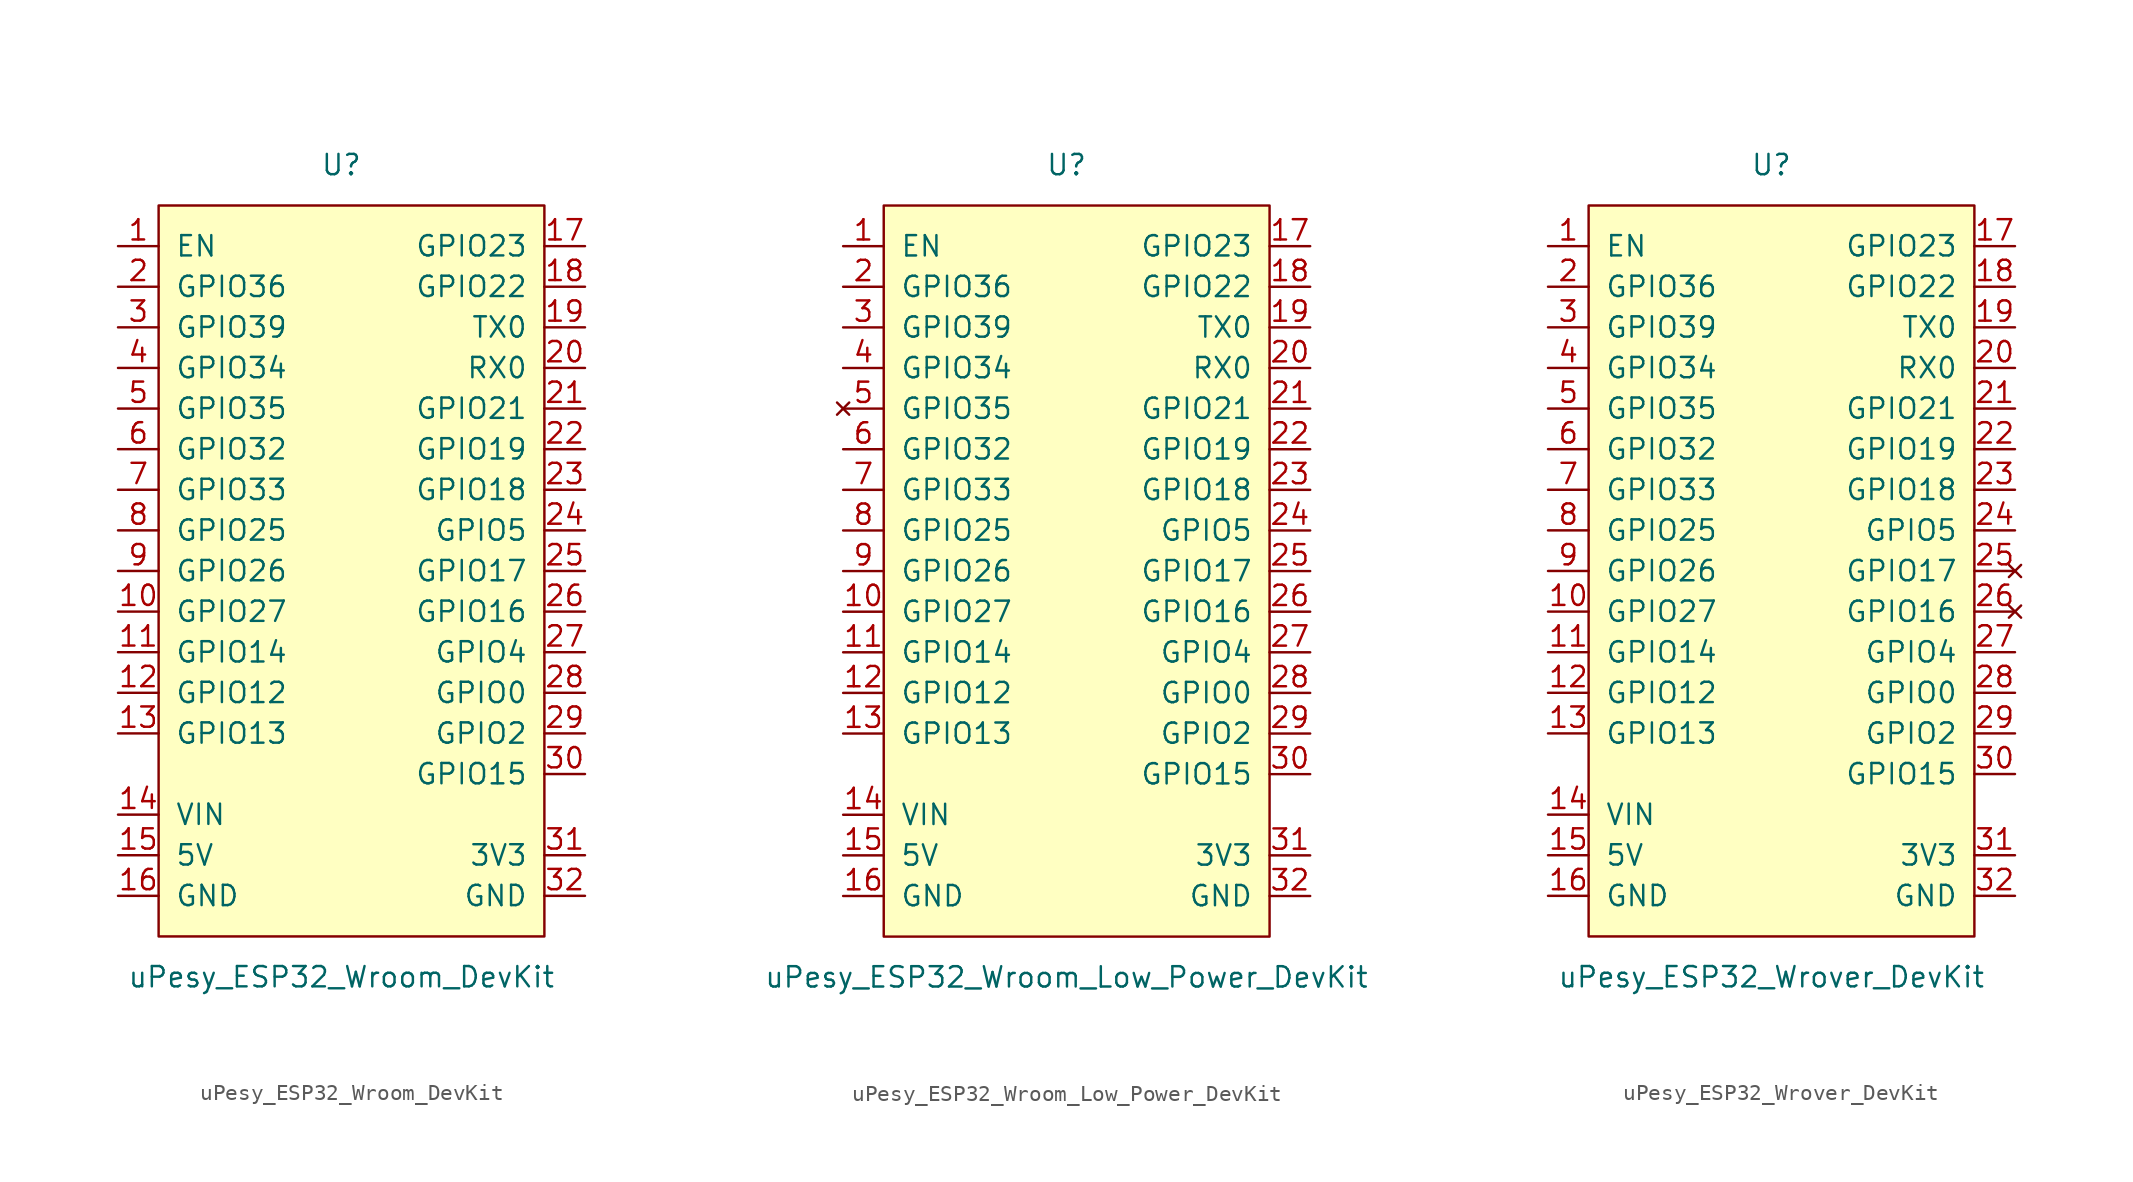
<source format=kicad_sym>
(kicad_symbol_lib
  (version 20211014)
  (generator kicad_symbol_editor)
  (symbol "uPesy_ESP32_Wroom_DevKit"
    (pin_names
      (offset 1.016))
    (property "Reference" "U"
      (at 0 26.67 0)
      (effects (font (size 1.27 1.27))))
    (property "Value" "uPesy_ESP32_Wroom_DevKit"
      (at 0 -24.13 0)
      (effects (font (size 1.27 1.27))))
    (symbol "uPesy_ESP32_Wroom_DevKit_0_0"
      (pin bidirectional line (at -13.97 -1.27 0) (length 2.54) (name "GPIO27" (effects (font (size 1.27 1.27)))) (number "10" (effects (font (size 1.27 1.27)))))
      (pin bidirectional line (at -13.97 -3.81 0) (length 2.54) (name "GPIO14" (effects (font (size 1.27 1.27)))) (number "11" (effects (font (size 1.27 1.27)))))
      (pin bidirectional line (at -13.97 -6.35 0) (length 2.54) (name "GPIO12" (effects (font (size 1.27 1.27)))) (number "12" (effects (font (size 1.27 1.27)))))
      (pin bidirectional line (at -13.97 -8.89 0) (length 2.54) (name "GPIO13" (effects (font (size 1.27 1.27)))) (number "13" (effects (font (size 1.27 1.27)))))
      (pin power_out line (at -13.97 -16.51 0) (length 2.54) (name "5V" (effects (font (size 1.27 1.27)))) (number "15" (effects (font (size 1.27 1.27)))))
      (pin power_out line (at -13.97 -19.05 0) (length 2.54) (name "GND" (effects (font (size 1.27 1.27)))) (number "16" (effects (font (size 1.27 1.27)))))
      (pin bidirectional line (at 15.24 21.59 180) (length 2.54) (name "GPIO23" (effects (font (size 1.27 1.27)))) (number "17" (effects (font (size 1.27 1.27)))))
      (pin bidirectional line (at 15.24 19.05 180) (length 2.54) (name "GPIO22" (effects (font (size 1.27 1.27)))) (number "18" (effects (font (size 1.27 1.27)))))
      (pin bidirectional line (at 15.24 16.51 180) (length 2.54) (name "TX0" (effects (font (size 1.27 1.27)))) (number "19" (effects (font (size 1.27 1.27)))))
      (pin bidirectional line (at 15.24 13.97 180) (length 2.54) (name "RX0" (effects (font (size 1.27 1.27)))) (number "20" (effects (font (size 1.27 1.27)))))
      (pin bidirectional line (at 15.24 11.43 180) (length 2.54) (name "GPIO21" (effects (font (size 1.27 1.27)))) (number "21" (effects (font (size 1.27 1.27)))))
      (pin bidirectional line (at 15.24 8.89 180) (length 2.54) (name "GPIO19" (effects (font (size 1.27 1.27)))) (number "22" (effects (font (size 1.27 1.27)))))
      (pin bidirectional line (at 15.24 6.35 180) (length 2.54) (name "GPIO18" (effects (font (size 1.27 1.27)))) (number "23" (effects (font (size 1.27 1.27)))))
      (pin bidirectional line (at 15.24 3.81 180) (length 2.54) (name "GPIO5" (effects (font (size 1.27 1.27)))) (number "24" (effects (font (size 1.27 1.27)))))
      (pin bidirectional line (at 15.24 1.27 180) (length 2.54) (name "GPIO17" (effects (font (size 1.27 1.27)))) (number "25" (effects (font (size 1.27 1.27)))))
      (pin bidirectional line (at 15.24 -1.27 180) (length 2.54) (name "GPIO16" (effects (font (size 1.27 1.27)))) (number "26" (effects (font (size 1.27 1.27)))))
      (pin bidirectional line (at 15.24 -3.81 180) (length 2.54) (name "GPIO4" (effects (font (size 1.27 1.27)))) (number "27" (effects (font (size 1.27 1.27)))))
      (pin bidirectional line (at 15.24 -6.35 180) (length 2.54) (name "GPIO0" (effects (font (size 1.27 1.27)))) (number "28" (effects (font (size 1.27 1.27)))))
      (pin bidirectional line (at 15.24 -8.89 180) (length 2.54) (name "GPIO2" (effects (font (size 1.27 1.27)))) (number "29" (effects (font (size 1.27 1.27)))))
      (pin bidirectional line (at 15.24 -11.43 180) (length 2.54) (name "GPIO15" (effects (font (size 1.27 1.27)))) (number "30" (effects (font (size 1.27 1.27)))))
      (pin power_out line (at 15.24 -16.51 180) (length 2.54) (name "3V3" (effects (font (size 1.27 1.27)))) (number "31" (effects (font (size 1.27 1.27)))))
      (pin power_out line (at 15.24 -19.05 180) (length 2.54) (name "GND" (effects (font (size 1.27 1.27)))) (number "32" (effects (font (size 1.27 1.27)))))
      (pin bidirectional line (at -13.97 1.27 0) (length 2.54) (name "GPIO26" (effects (font (size 1.27 1.27)))) (number "9" (effects (font (size 1.27 1.27))))))
    (symbol "uPesy_ESP32_Wroom_DevKit_0_1"
      (rectangle (start -11.43 24.13) (end 12.7 -21.59) (stroke (width 0) (type default) (color 0 0 0 0)) (fill (type background)))
      (pin bidirectional line (at -13.97 3.81 0) (length 2.54) (name "GPIO25" (effects (font (size 1.27 1.27)))) (number "8" (effects (font (size 1.27 1.27))))))
    (symbol "uPesy_ESP32_Wroom_DevKit_1_1"
      (pin input line (at -13.97 21.59 0) (length 2.54) (name "EN" (effects (font (size 1.27 1.27)))) (number "1" (effects (font (size 1.27 1.27)))))
      (pin power_in line (at -13.97 -13.97 0) (length 2.54) (name "VIN" (effects (font (size 1.27 1.27)))) (number "14" (effects (font (size 1.27 1.27)))))
      (pin input line (at -13.97 19.05 0) (length 2.54) (name "GPIO36" (effects (font (size 1.27 1.27)))) (number "2" (effects (font (size 1.27 1.27)))))
      (pin input line (at -13.97 16.51 0) (length 2.54) (name "GPIO39" (effects (font (size 1.27 1.27)))) (number "3" (effects (font (size 1.27 1.27)))))
      (pin input line (at -13.97 13.97 0) (length 2.54) (name "GPIO34" (effects (font (size 1.27 1.27)))) (number "4" (effects (font (size 1.27 1.27)))))
      (pin input line (at -13.97 11.43 0) (length 2.54) (name "GPIO35" (effects (font (size 1.27 1.27)))) (number "5" (effects (font (size 1.27 1.27)))))
      (pin bidirectional line (at -13.97 8.89 0) (length 2.54) (name "GPIO32" (effects (font (size 1.27 1.27)))) (number "6" (effects (font (size 1.27 1.27)))))
      (pin bidirectional line (at -13.97 6.35 0) (length 2.54) (name "GPIO33" (effects (font (size 1.27 1.27)))) (number "7" (effects (font (size 1.27 1.27)))))))
  (symbol "uPesy_ESP32_Wroom_Low_Power_DevKit"
    (pin_names
      (offset 1.016))
    (property "Reference" "U"
      (at 0 26.67 0)
      (effects (font (size 1.27 1.27))))
    (property "Value" "uPesy_ESP32_Wroom_Low_Power_DevKit"
      (at 0 -24.13 0)
      (effects (font (size 1.27 1.27))))
    (symbol "uPesy_ESP32_Wroom_Low_Power_DevKit_0_0"
      (pin bidirectional line (at -13.97 -1.27 0) (length 2.54) (name "GPIO27" (effects (font (size 1.27 1.27)))) (number "10" (effects (font (size 1.27 1.27)))))
      (pin bidirectional line (at -13.97 -3.81 0) (length 2.54) (name "GPIO14" (effects (font (size 1.27 1.27)))) (number "11" (effects (font (size 1.27 1.27)))))
      (pin bidirectional line (at -13.97 -6.35 0) (length 2.54) (name "GPIO12" (effects (font (size 1.27 1.27)))) (number "12" (effects (font (size 1.27 1.27)))))
      (pin bidirectional line (at -13.97 -8.89 0) (length 2.54) (name "GPIO13" (effects (font (size 1.27 1.27)))) (number "13" (effects (font (size 1.27 1.27)))))
      (pin power_out line (at -13.97 -16.51 0) (length 2.54) (name "5V" (effects (font (size 1.27 1.27)))) (number "15" (effects (font (size 1.27 1.27)))))
      (pin power_out line (at -13.97 -19.05 0) (length 2.54) (name "GND" (effects (font (size 1.27 1.27)))) (number "16" (effects (font (size 1.27 1.27)))))
      (pin bidirectional line (at 15.24 21.59 180) (length 2.54) (name "GPIO23" (effects (font (size 1.27 1.27)))) (number "17" (effects (font (size 1.27 1.27)))))
      (pin bidirectional line (at 15.24 19.05 180) (length 2.54) (name "GPIO22" (effects (font (size 1.27 1.27)))) (number "18" (effects (font (size 1.27 1.27)))))
      (pin bidirectional line (at 15.24 16.51 180) (length 2.54) (name "TX0" (effects (font (size 1.27 1.27)))) (number "19" (effects (font (size 1.27 1.27)))))
      (pin bidirectional line (at 15.24 13.97 180) (length 2.54) (name "RX0" (effects (font (size 1.27 1.27)))) (number "20" (effects (font (size 1.27 1.27)))))
      (pin bidirectional line (at 15.24 11.43 180) (length 2.54) (name "GPIO21" (effects (font (size 1.27 1.27)))) (number "21" (effects (font (size 1.27 1.27)))))
      (pin bidirectional line (at 15.24 8.89 180) (length 2.54) (name "GPIO19" (effects (font (size 1.27 1.27)))) (number "22" (effects (font (size 1.27 1.27)))))
      (pin bidirectional line (at 15.24 6.35 180) (length 2.54) (name "GPIO18" (effects (font (size 1.27 1.27)))) (number "23" (effects (font (size 1.27 1.27)))))
      (pin bidirectional line (at 15.24 3.81 180) (length 2.54) (name "GPIO5" (effects (font (size 1.27 1.27)))) (number "24" (effects (font (size 1.27 1.27)))))
      (pin bidirectional line (at 15.24 1.27 180) (length 2.54) (name "GPIO17" (effects (font (size 1.27 1.27)))) (number "25" (effects (font (size 1.27 1.27)))))
      (pin bidirectional line (at 15.24 -1.27 180) (length 2.54) (name "GPIO16" (effects (font (size 1.27 1.27)))) (number "26" (effects (font (size 1.27 1.27)))))
      (pin bidirectional line (at 15.24 -3.81 180) (length 2.54) (name "GPIO4" (effects (font (size 1.27 1.27)))) (number "27" (effects (font (size 1.27 1.27)))))
      (pin bidirectional line (at 15.24 -6.35 180) (length 2.54) (name "GPIO0" (effects (font (size 1.27 1.27)))) (number "28" (effects (font (size 1.27 1.27)))))
      (pin bidirectional line (at 15.24 -8.89 180) (length 2.54) (name "GPIO2" (effects (font (size 1.27 1.27)))) (number "29" (effects (font (size 1.27 1.27)))))
      (pin bidirectional line (at 15.24 -11.43 180) (length 2.54) (name "GPIO15" (effects (font (size 1.27 1.27)))) (number "30" (effects (font (size 1.27 1.27)))))
      (pin power_out line (at 15.24 -16.51 180) (length 2.54) (name "3V3" (effects (font (size 1.27 1.27)))) (number "31" (effects (font (size 1.27 1.27)))))
      (pin power_out line (at 15.24 -19.05 180) (length 2.54) (name "GND" (effects (font (size 1.27 1.27)))) (number "32" (effects (font (size 1.27 1.27)))))
      (pin bidirectional line (at -13.97 1.27 0) (length 2.54) (name "GPIO26" (effects (font (size 1.27 1.27)))) (number "9" (effects (font (size 1.27 1.27))))))
    (symbol "uPesy_ESP32_Wroom_Low_Power_DevKit_0_1"
      (rectangle (start -11.43 24.13) (end 12.7 -21.59) (stroke (width 0) (type default) (color 0 0 0 0)) (fill (type background)))
      (pin bidirectional line (at -13.97 3.81 0) (length 2.54) (name "GPIO25" (effects (font (size 1.27 1.27)))) (number "8" (effects (font (size 1.27 1.27))))))
    (symbol "uPesy_ESP32_Wroom_Low_Power_DevKit_1_1"
      (pin input line (at -13.97 21.59 0) (length 2.54) (name "EN" (effects (font (size 1.27 1.27)))) (number "1" (effects (font (size 1.27 1.27)))))
      (pin power_in line (at -13.97 -13.97 0) (length 2.54) (name "VIN" (effects (font (size 1.27 1.27)))) (number "14" (effects (font (size 1.27 1.27)))))
      (pin input line (at -13.97 19.05 0) (length 2.54) (name "GPIO36" (effects (font (size 1.27 1.27)))) (number "2" (effects (font (size 1.27 1.27)))))
      (pin input line (at -13.97 16.51 0) (length 2.54) (name "GPIO39" (effects (font (size 1.27 1.27)))) (number "3" (effects (font (size 1.27 1.27)))))
      (pin input line (at -13.97 13.97 0) (length 2.54) (name "GPIO34" (effects (font (size 1.27 1.27)))) (number "4" (effects (font (size 1.27 1.27)))))
      (pin no_connect line (at -13.97 11.43 0) (length 2.54) (name "GPIO35" (effects (font (size 1.27 1.27)))) (number "5" (effects (font (size 1.27 1.27)))))
      (pin bidirectional line (at -13.97 8.89 0) (length 2.54) (name "GPIO32" (effects (font (size 1.27 1.27)))) (number "6" (effects (font (size 1.27 1.27)))))
      (pin bidirectional line (at -13.97 6.35 0) (length 2.54) (name "GPIO33" (effects (font (size 1.27 1.27)))) (number "7" (effects (font (size 1.27 1.27)))))))
  (symbol "uPesy_ESP32_Wrover_DevKit"
    (pin_names
      (offset 1.016))
    (property "Reference" "U"
      (at 0 26.67 0)
      (effects (font (size 1.27 1.27))))
    (property "Value" "uPesy_ESP32_Wrover_DevKit"
      (at 0 -24.13 0)
      (effects (font (size 1.27 1.27))))
    (symbol "uPesy_ESP32_Wrover_DevKit_0_0"
      (pin bidirectional line (at -13.97 -1.27 0) (length 2.54) (name "GPIO27" (effects (font (size 1.27 1.27)))) (number "10" (effects (font (size 1.27 1.27)))))
      (pin bidirectional line (at -13.97 -3.81 0) (length 2.54) (name "GPIO14" (effects (font (size 1.27 1.27)))) (number "11" (effects (font (size 1.27 1.27)))))
      (pin bidirectional line (at -13.97 -6.35 0) (length 2.54) (name "GPIO12" (effects (font (size 1.27 1.27)))) (number "12" (effects (font (size 1.27 1.27)))))
      (pin bidirectional line (at -13.97 -8.89 0) (length 2.54) (name "GPIO13" (effects (font (size 1.27 1.27)))) (number "13" (effects (font (size 1.27 1.27)))))
      (pin power_out line (at -13.97 -16.51 0) (length 2.54) (name "5V" (effects (font (size 1.27 1.27)))) (number "15" (effects (font (size 1.27 1.27)))))
      (pin power_out line (at -13.97 -19.05 0) (length 2.54) (name "GND" (effects (font (size 1.27 1.27)))) (number "16" (effects (font (size 1.27 1.27)))))
      (pin bidirectional line (at 15.24 21.59 180) (length 2.54) (name "GPIO23" (effects (font (size 1.27 1.27)))) (number "17" (effects (font (size 1.27 1.27)))))
      (pin bidirectional line (at 15.24 19.05 180) (length 2.54) (name "GPIO22" (effects (font (size 1.27 1.27)))) (number "18" (effects (font (size 1.27 1.27)))))
      (pin bidirectional line (at 15.24 16.51 180) (length 2.54) (name "TX0" (effects (font (size 1.27 1.27)))) (number "19" (effects (font (size 1.27 1.27)))))
      (pin bidirectional line (at 15.24 13.97 180) (length 2.54) (name "RX0" (effects (font (size 1.27 1.27)))) (number "20" (effects (font (size 1.27 1.27)))))
      (pin bidirectional line (at 15.24 11.43 180) (length 2.54) (name "GPIO21" (effects (font (size 1.27 1.27)))) (number "21" (effects (font (size 1.27 1.27)))))
      (pin bidirectional line (at 15.24 8.89 180) (length 2.54) (name "GPIO19" (effects (font (size 1.27 1.27)))) (number "22" (effects (font (size 1.27 1.27)))))
      (pin bidirectional line (at 15.24 6.35 180) (length 2.54) (name "GPIO18" (effects (font (size 1.27 1.27)))) (number "23" (effects (font (size 1.27 1.27)))))
      (pin bidirectional line (at 15.24 3.81 180) (length 2.54) (name "GPIO5" (effects (font (size 1.27 1.27)))) (number "24" (effects (font (size 1.27 1.27)))))
      (pin no_connect line (at 15.24 1.27 180) (length 2.54) (name "GPIO17" (effects (font (size 1.27 1.27)))) (number "25" (effects (font (size 1.27 1.27)))))
      (pin no_connect line (at 15.24 -1.27 180) (length 2.54) (name "GPIO16" (effects (font (size 1.27 1.27)))) (number "26" (effects (font (size 1.27 1.27)))))
      (pin bidirectional line (at 15.24 -3.81 180) (length 2.54) (name "GPIO4" (effects (font (size 1.27 1.27)))) (number "27" (effects (font (size 1.27 1.27)))))
      (pin bidirectional line (at 15.24 -6.35 180) (length 2.54) (name "GPIO0" (effects (font (size 1.27 1.27)))) (number "28" (effects (font (size 1.27 1.27)))))
      (pin bidirectional line (at 15.24 -8.89 180) (length 2.54) (name "GPIO2" (effects (font (size 1.27 1.27)))) (number "29" (effects (font (size 1.27 1.27)))))
      (pin bidirectional line (at 15.24 -11.43 180) (length 2.54) (name "GPIO15" (effects (font (size 1.27 1.27)))) (number "30" (effects (font (size 1.27 1.27)))))
      (pin power_out line (at 15.24 -16.51 180) (length 2.54) (name "3V3" (effects (font (size 1.27 1.27)))) (number "31" (effects (font (size 1.27 1.27)))))
      (pin power_out line (at 15.24 -19.05 180) (length 2.54) (name "GND" (effects (font (size 1.27 1.27)))) (number "32" (effects (font (size 1.27 1.27)))))
      (pin bidirectional line (at -13.97 1.27 0) (length 2.54) (name "GPIO26" (effects (font (size 1.27 1.27)))) (number "9" (effects (font (size 1.27 1.27))))))
    (symbol "uPesy_ESP32_Wrover_DevKit_0_1"
      (rectangle (start -11.43 24.13) (end 12.7 -21.59) (stroke (width 0) (type default) (color 0 0 0 0)) (fill (type background)))
      (pin bidirectional line (at -13.97 3.81 0) (length 2.54) (name "GPIO25" (effects (font (size 1.27 1.27)))) (number "8" (effects (font (size 1.27 1.27))))))
    (symbol "uPesy_ESP32_Wrover_DevKit_1_1"
      (pin input line (at -13.97 21.59 0) (length 2.54) (name "EN" (effects (font (size 1.27 1.27)))) (number "1" (effects (font (size 1.27 1.27)))))
      (pin power_in line (at -13.97 -13.97 0) (length 2.54) (name "VIN" (effects (font (size 1.27 1.27)))) (number "14" (effects (font (size 1.27 1.27)))))
      (pin input line (at -13.97 19.05 0) (length 2.54) (name "GPIO36" (effects (font (size 1.27 1.27)))) (number "2" (effects (font (size 1.27 1.27)))))
      (pin input line (at -13.97 16.51 0) (length 2.54) (name "GPIO39" (effects (font (size 1.27 1.27)))) (number "3" (effects (font (size 1.27 1.27)))))
      (pin input line (at -13.97 13.97 0) (length 2.54) (name "GPIO34" (effects (font (size 1.27 1.27)))) (number "4" (effects (font (size 1.27 1.27)))))
      (pin input line (at -13.97 11.43 0) (length 2.54) (name "GPIO35" (effects (font (size 1.27 1.27)))) (number "5" (effects (font (size 1.27 1.27)))))
      (pin bidirectional line (at -13.97 8.89 0) (length 2.54) (name "GPIO32" (effects (font (size 1.27 1.27)))) (number "6" (effects (font (size 1.27 1.27)))))
      (pin bidirectional line (at -13.97 6.35 0) (length 2.54) (name "GPIO33" (effects (font (size 1.27 1.27)))) (number "7" (effects (font (size 1.27 1.27))))))))
</source>
